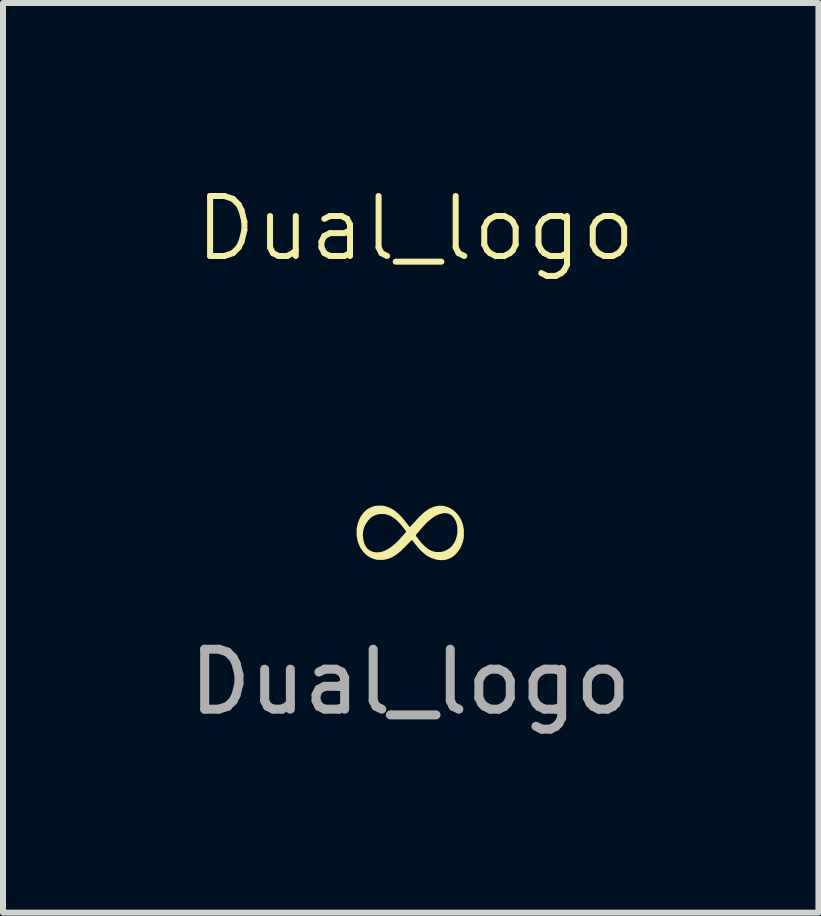
<source format=kicad_pcb>
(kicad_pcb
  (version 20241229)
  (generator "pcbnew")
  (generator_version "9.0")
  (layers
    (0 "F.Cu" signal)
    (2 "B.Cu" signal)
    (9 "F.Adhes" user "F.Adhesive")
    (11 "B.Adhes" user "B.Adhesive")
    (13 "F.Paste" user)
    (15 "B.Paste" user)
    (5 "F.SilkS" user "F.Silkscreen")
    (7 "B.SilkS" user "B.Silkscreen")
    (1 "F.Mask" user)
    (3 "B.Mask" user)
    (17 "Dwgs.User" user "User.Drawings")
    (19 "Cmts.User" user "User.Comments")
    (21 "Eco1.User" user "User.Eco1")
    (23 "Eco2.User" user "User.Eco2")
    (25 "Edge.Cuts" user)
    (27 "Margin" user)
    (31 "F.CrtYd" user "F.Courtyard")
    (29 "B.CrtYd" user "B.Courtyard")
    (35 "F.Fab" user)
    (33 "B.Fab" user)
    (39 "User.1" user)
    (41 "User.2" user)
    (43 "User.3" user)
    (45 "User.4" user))
  (footprint "Dual_logo"
    (layer "F.Cu")
    (at 3.792 5.821)
    (property "Reference" "Dual_logo" (at 0.09 -5.06 0) (unlocked yes) (layer "F.SilkS") (effects (font (size 1 1) (thickness 0.1))))
    (attr smd)
    (fp_poly (pts (xy -0.491 -0.44) (xy -0.476 -0.439) (xy -0.463 -0.438) (xy -0.451 -0.437) (xy -0.441 -0.436) (xy -0.433 -0.434) (xy -0.431 -0.434) (xy -0.425 -0.431) (xy -0.417 -0.429) (xy -0.411 -0.428) (xy -0.405 -0.427) (xy -0.398 -0.425) (xy -0.394 -0.424) (xy -0.389 -0.421) (xy -0.383 -0.419) (xy -0.381 -0.419) (xy -0.375 -0.417) (xy -0.369 -0.415) (xy -0.368 -0.414) (xy -0.363 -0.411) (xy -0.356 -0.409) (xy -0.355 -0.409) (xy -0.35 -0.408) (xy -0.346 -0.405) (xy -0.345 -0.405) (xy -0.341 -0.402) (xy -0.336 -0.4) (xy -0.335 -0.4) (xy -0.329 -0.397) (xy -0.324 -0.394) (xy -0.324 -0.394) (xy -0.32 -0.391) (xy -0.317 -0.39) (xy -0.316 -0.39) (xy -0.313 -0.389) (xy -0.309 -0.386) (xy -0.307 -0.385) (xy -0.303 -0.382) (xy -0.299 -0.38) (xy -0.298 -0.38) (xy -0.295 -0.379) (xy -0.292 -0.376) (xy -0.289 -0.373) (xy -0.285 -0.371) (xy -0.28 -0.369) (xy -0.277 -0.366) (xy -0.273 -0.363) (xy -0.268 -0.361) (xy -0.268 -0.361) (xy -0.265 -0.359) (xy -0.263 -0.357) (xy -0.263 -0.357) (xy -0.261 -0.355) (xy -0.258 -0.352) (xy -0.257 -0.352) (xy -0.25 -0.348) (xy -0.243 -0.342) (xy -0.236 -0.336) (xy -0.233 -0.333) (xy -0.23 -0.331) (xy -0.23 -0.331) (xy -0.228 -0.33) (xy -0.225 -0.327) (xy -0.224 -0.327) (xy -0.221 -0.324) (xy -0.218 -0.321) (xy -0.215 -0.318) (xy -0.21 -0.314) (xy -0.204 -0.309) (xy -0.197 -0.303) (xy -0.188 -0.294) (xy -0.179 -0.285) (xy -0.169 -0.276) (xy -0.16 -0.266) (xy -0.158 -0.263) (xy -0.152 -0.257) (xy -0.147 -0.252) (xy -0.143 -0.248) (xy -0.141 -0.246) (xy -0.139 -0.243) (xy -0.137 -0.24) (xy -0.137 -0.24) (xy -0.136 -0.238) (xy -0.133 -0.235) (xy -0.13 -0.232) (xy -0.128 -0.229) (xy -0.126 -0.227) (xy -0.125 -0.226) (xy -0.122 -0.225) (xy -0.12 -0.222) (xy -0.118 -0.218) (xy -0.114 -0.214) (xy -0.114 -0.214) (xy -0.11 -0.21) (xy -0.106 -0.205) (xy -0.105 -0.204) (xy -0.101 -0.199) (xy -0.097 -0.194) (xy -0.095 -0.191) (xy -0.091 -0.187) (xy -0.089 -0.183) (xy -0.089 -0.181) (xy -0.087 -0.179) (xy -0.085 -0.178) (xy -0.082 -0.176) (xy -0.081 -0.174) (xy -0.079 -0.17) (xy -0.076 -0.166) (xy -0.075 -0.165) (xy -0.07 -0.159) (xy -0.066 -0.155) (xy -0.064 -0.152) (xy -0.061 -0.149) (xy -0.06 -0.147) (xy -0.058 -0.143) (xy -0.056 -0.141) (xy -0.055 -0.141) (xy -0.053 -0.139) (xy -0.051 -0.136) (xy -0.049 -0.131) (xy -0.046 -0.128) (xy -0.043 -0.125) (xy -0.042 -0.123) (xy -0.041 -0.12) (xy -0.039 -0.119) (xy -0.036 -0.116) (xy -0.033 -0.112) (xy -0.032 -0.112) (xy -0.026 -0.103) (xy -0.021 -0.096) (xy -0.017 -0.091) (xy -0.014 -0.088) (xy -0.013 -0.085) (xy -0.012 -0.083) (xy -0.01 -0.082) (xy -0.007 -0.084) (xy -0.003 -0.087) (xy 0.003 -0.093) (xy 0.007 -0.097) (xy 0.013 -0.104) (xy 0.02 -0.112) (xy 0.026 -0.118) (xy 0.03 -0.122) (xy 0.035 -0.127) (xy 0.038 -0.131) (xy 0.041 -0.134) (xy 0.041 -0.135) (xy 0.043 -0.137) (xy 0.045 -0.138) (xy 0.048 -0.14) (xy 0.05 -0.143) (xy 0.052 -0.147) (xy 0.054 -0.148) (xy 0.057 -0.15) (xy 0.059 -0.154) (xy 0.059 -0.154) (xy 0.062 -0.157) (xy 0.064 -0.159) (xy 0.064 -0.159) (xy 0.067 -0.16) (xy 0.067 -0.161) (xy 0.068 -0.163) (xy 0.071 -0.166) (xy 0.073 -0.168) (xy 0.076 -0.172) (xy 0.079 -0.175) (xy 0.082 -0.179) (xy 0.086 -0.183) (xy 0.091 -0.189) (xy 0.098 -0.196) (xy 0.098 -0.197) (xy 0.104 -0.204) (xy 0.111 -0.211) (xy 0.116 -0.217) (xy 0.12 -0.22) (xy 0.124 -0.225) (xy 0.128 -0.229) (xy 0.13 -0.231) (xy 0.13 -0.231) (xy 0.131 -0.232) (xy 0.132 -0.234) (xy 0.134 -0.236) (xy 0.137 -0.238) (xy 0.14 -0.242) (xy 0.145 -0.247) (xy 0.152 -0.253) (xy 0.16 -0.262) (xy 0.163 -0.265) (xy 0.176 -0.277) (xy 0.186 -0.287) (xy 0.195 -0.296) (xy 0.203 -0.303) (xy 0.21 -0.31) (xy 0.218 -0.316) (xy 0.226 -0.323) (xy 0.233 -0.328) (xy 0.238 -0.332) (xy 0.242 -0.337) (xy 0.242 -0.337) (xy 0.246 -0.34) (xy 0.248 -0.341) (xy 0.249 -0.341) (xy 0.251 -0.343) (xy 0.253 -0.344) (xy 0.256 -0.347) (xy 0.26 -0.35) (xy 0.261 -0.351) (xy 0.266 -0.354) (xy 0.27 -0.357) (xy 0.271 -0.357) (xy 0.274 -0.36) (xy 0.277 -0.361) (xy 0.277 -0.361) (xy 0.281 -0.363) (xy 0.282 -0.365) (xy 0.285 -0.368) (xy 0.29 -0.37) (xy 0.291 -0.371) (xy 0.295 -0.373) (xy 0.298 -0.375) (xy 0.298 -0.376) (xy 0.3 -0.378) (xy 0.304 -0.379) (xy 0.305 -0.38) (xy 0.31 -0.382) (xy 0.314 -0.385) (xy 0.315 -0.385) (xy 0.318 -0.387) (xy 0.323 -0.39) (xy 0.324 -0.39) (xy 0.329 -0.391) (xy 0.332 -0.393) (xy 0.332 -0.394) (xy 0.334 -0.396) (xy 0.338 -0.398) (xy 0.341 -0.399) (xy 0.347 -0.401) (xy 0.352 -0.404) (xy 0.354 -0.405) (xy 0.359 -0.407) (xy 0.364 -0.409) (xy 0.365 -0.409) (xy 0.37 -0.411) (xy 0.375 -0.414) (xy 0.375 -0.414) (xy 0.38 -0.416) (xy 0.386 -0.418) (xy 0.39 -0.419) (xy 0.397 -0.42) (xy 0.402 -0.422) (xy 0.405 -0.424) (xy 0.409 -0.426) (xy 0.417 -0.427) (xy 0.425 -0.428) (xy 0.432 -0.429) (xy 0.438 -0.43) (xy 0.442 -0.431) (xy 0.442 -0.432) (xy 0.447 -0.433) (xy 0.454 -0.435) (xy 0.463 -0.436) (xy 0.474 -0.437) (xy 0.486 -0.438) (xy 0.499 -0.438) (xy 0.512 -0.438) (xy 0.524 -0.438) (xy 0.536 -0.437) (xy 0.546 -0.436) (xy 0.554 -0.434) (xy 0.559 -0.433) (xy 0.564 -0.431) (xy 0.57 -0.43) (xy 0.577 -0.429) (xy 0.58 -0.428) (xy 0.589 -0.427) (xy 0.596 -0.425) (xy 0.599 -0.424) (xy 0.603 -0.422) (xy 0.609 -0.42) (xy 0.614 -0.419) (xy 0.62 -0.417) (xy 0.626 -0.415) (xy 0.628 -0.414) (xy 0.632 -0.411) (xy 0.637 -0.409) (xy 0.639 -0.409) (xy 0.645 -0.407) (xy 0.649 -0.405) (xy 0.65 -0.404) (xy 0.655 -0.401) (xy 0.66 -0.399) (xy 0.665 -0.397) (xy 0.669 -0.394) (xy 0.673 -0.391) (xy 0.676 -0.39) (xy 0.676 -0.39) (xy 0.679 -0.389) (xy 0.683 -0.386) (xy 0.684 -0.386) (xy 0.689 -0.382) (xy 0.694 -0.38) (xy 0.694 -0.38) (xy 0.698 -0.378) (xy 0.7 -0.375) (xy 0.7 -0.375) (xy 0.702 -0.372) (xy 0.706 -0.37) (xy 0.714 -0.366) (xy 0.723 -0.359) (xy 0.734 -0.349) (xy 0.743 -0.341) (xy 0.748 -0.336) (xy 0.752 -0.333) (xy 0.754 -0.331) (xy 0.755 -0.331) (xy 0.757 -0.33) (xy 0.758 -0.328) (xy 0.759 -0.326) (xy 0.763 -0.322) (xy 0.767 -0.317) (xy 0.769 -0.315) (xy 0.778 -0.305) (xy 0.787 -0.296) (xy 0.794 -0.288) (xy 0.798 -0.281) (xy 0.801 -0.277) (xy 0.803 -0.274) (xy 0.804 -0.274) (xy 0.806 -0.272) (xy 0.807 -0.27) (xy 0.808 -0.267) (xy 0.811 -0.264) (xy 0.811 -0.264) (xy 0.814 -0.26) (xy 0.817 -0.255) (xy 0.817 -0.255) (xy 0.82 -0.25) (xy 0.823 -0.246) (xy 0.823 -0.246) (xy 0.826 -0.242) (xy 0.827 -0.24) (xy 0.828 -0.236) (xy 0.831 -0.233) (xy 0.831 -0.233) (xy 0.834 -0.228) (xy 0.836 -0.224) (xy 0.838 -0.218) (xy 0.841 -0.214) (xy 0.844 -0.209) (xy 0.846 -0.204) (xy 0.848 -0.199) (xy 0.851 -0.194) (xy 0.854 -0.189) (xy 0.856 -0.183) (xy 0.856 -0.182) (xy 0.857 -0.177) (xy 0.858 -0.174) (xy 0.858 -0.174) (xy 0.86 -0.172) (xy 0.862 -0.169) (xy 0.864 -0.163) (xy 0.866 -0.157) (xy 0.866 -0.155) (xy 0.867 -0.151) (xy 0.868 -0.148) (xy 0.868 -0.147) (xy 0.87 -0.146) (xy 0.872 -0.141) (xy 0.874 -0.135) (xy 0.875 -0.129) (xy 0.876 -0.122) (xy 0.878 -0.116) (xy 0.879 -0.113) (xy 0.881 -0.108) (xy 0.883 -0.1) (xy 0.884 -0.091) (xy 0.884 -0.088) (xy 0.886 -0.079) (xy 0.887 -0.07) (xy 0.889 -0.063) (xy 0.89 -0.059) (xy 0.891 -0.057) (xy 0.891 -0.054) (xy 0.892 -0.05) (xy 0.892 -0.046) (xy 0.892 -0.04) (xy 0.893 -0.033) (xy 0.893 -0.023) (xy 0.893 -0.012) (xy 0.893 0.002) (xy 0.893 0.019) (xy 0.893 0.022) (xy 0.893 0.039) (xy 0.893 0.054) (xy 0.893 0.065) (xy 0.893 0.075) (xy 0.892 0.082) (xy 0.892 0.088) (xy 0.892 0.093) (xy 0.891 0.096) (xy 0.891 0.099) (xy 0.89 0.102) (xy 0.889 0.105) (xy 0.887 0.113) (xy 0.886 0.122) (xy 0.885 0.13) (xy 0.883 0.139) (xy 0.881 0.148) (xy 0.88 0.152) (xy 0.877 0.159) (xy 0.875 0.167) (xy 0.875 0.171) (xy 0.873 0.177) (xy 0.872 0.182) (xy 0.87 0.185) (xy 0.868 0.188) (xy 0.866 0.194) (xy 0.865 0.198) (xy 0.864 0.204) (xy 0.862 0.209) (xy 0.86 0.211) (xy 0.858 0.215) (xy 0.856 0.221) (xy 0.855 0.224) (xy 0.854 0.229) (xy 0.852 0.233) (xy 0.851 0.234) (xy 0.849 0.236) (xy 0.847 0.24) (xy 0.846 0.244) (xy 0.844 0.249) (xy 0.842 0.253) (xy 0.841 0.254) (xy 0.839 0.256) (xy 0.837 0.26) (xy 0.837 0.262) (xy 0.835 0.267) (xy 0.832 0.272) (xy 0.831 0.272) (xy 0.828 0.277) (xy 0.826 0.281) (xy 0.824 0.286) (xy 0.822 0.288) (xy 0.819 0.291) (xy 0.817 0.296) (xy 0.816 0.297) (xy 0.814 0.301) (xy 0.812 0.303) (xy 0.812 0.303) (xy 0.81 0.304) (xy 0.808 0.308) (xy 0.807 0.311) (xy 0.805 0.315) (xy 0.802 0.318) (xy 0.802 0.318) (xy 0.8 0.319) (xy 0.798 0.323) (xy 0.797 0.324) (xy 0.795 0.328) (xy 0.792 0.33) (xy 0.792 0.331) (xy 0.789 0.333) (xy 0.788 0.335) (xy 0.787 0.338) (xy 0.784 0.341) (xy 0.781 0.344) (xy 0.779 0.346) (xy 0.778 0.349) (xy 0.774 0.353) (xy 0.769 0.358) (xy 0.763 0.364) (xy 0.757 0.371) (xy 0.75 0.378) (xy 0.744 0.384) (xy 0.738 0.389) (xy 0.735 0.392) (xy 0.73 0.395) (xy 0.727 0.398) (xy 0.725 0.398) (xy 0.723 0.4) (xy 0.721 0.403) (xy 0.718 0.406) (xy 0.715 0.407) (xy 0.713 0.408) (xy 0.709 0.411) (xy 0.709 0.411) (xy 0.705 0.415) (xy 0.701 0.417) (xy 0.696 0.42) (xy 0.692 0.423) (xy 0.688 0.426) (xy 0.685 0.427) (xy 0.685 0.427) (xy 0.681 0.428) (xy 0.679 0.43) (xy 0.675 0.433) (xy 0.67 0.435) (xy 0.669 0.436) (xy 0.663 0.438) (xy 0.658 0.441) (xy 0.657 0.441) (xy 0.653 0.444) (xy 0.647 0.446) (xy 0.646 0.446) (xy 0.64 0.447) (xy 0.635 0.45) (xy 0.635 0.45) (xy 0.63 0.452) (xy 0.625 0.454) (xy 0.619 0.455) (xy 0.612 0.457) (xy 0.605 0.459) (xy 0.601 0.461) (xy 0.596 0.462) (xy 0.59 0.464) (xy 0.58 0.465) (xy 0.573 0.466) (xy 0.564 0.466) (xy 0.556 0.467) (xy 0.549 0.468) (xy 0.545 0.469) (xy 0.54 0.469) (xy 0.532 0.47) (xy 0.523 0.47) (xy 0.514 0.47) (xy 0.505 0.47) (xy 0.498 0.469) (xy 0.496 0.469) (xy 0.492 0.468) (xy 0.485 0.467) (xy 0.477 0.466) (xy 0.468 0.466) (xy 0.465 0.465) (xy 0.454 0.464) (xy 0.446 0.463) (xy 0.44 0.462) (xy 0.435 0.461) (xy 0.434 0.46) (xy 0.429 0.458) (xy 0.422 0.457) (xy 0.415 0.455) (xy 0.408 0.454) (xy 0.402 0.452) (xy 0.397 0.451) (xy 0.392 0.448) (xy 0.385 0.446) (xy 0.381 0.445) (xy 0.375 0.444) (xy 0.37 0.442) (xy 0.368 0.44) (xy 0.364 0.438) (xy 0.358 0.437) (xy 0.357 0.436) (xy 0.352 0.435) (xy 0.346 0.432) (xy 0.346 0.432) (xy 0.341 0.429) (xy 0.336 0.427) (xy 0.333 0.426) (xy 0.328 0.424) (xy 0.324 0.422) (xy 0.324 0.421) (xy 0.321 0.419) (xy 0.317 0.417) (xy 0.316 0.417) (xy 0.31 0.414) (xy 0.305 0.411) (xy 0.304 0.411) (xy 0.3 0.408) (xy 0.297 0.407) (xy 0.297 0.407) (xy 0.294 0.406) (xy 0.291 0.403) (xy 0.291 0.403) (xy 0.286 0.4) (xy 0.282 0.398) (xy 0.278 0.396) (xy 0.275 0.393) (xy 0.271 0.39) (xy 0.267 0.388) (xy 0.266 0.388) (xy 0.263 0.386) (xy 0.261 0.384) (xy 0.261 0.383) (xy 0.26 0.382) (xy 0.256 0.379) (xy 0.256 0.379) (xy 0.249 0.375) (xy 0.241 0.369) (xy 0.234 0.362) (xy 0.231 0.36) (xy 0.228 0.358) (xy 0.228 0.358) (xy 0.226 0.357) (xy 0.223 0.354) (xy 0.22 0.351) (xy 0.217 0.349) (xy 0.214 0.346) (xy 0.213 0.344) (xy 0.212 0.342) (xy 0.211 0.342) (xy 0.209 0.34) (xy 0.205 0.337) (xy 0.199 0.332) (xy 0.192 0.326) (xy 0.185 0.319) (xy 0.177 0.311) (xy 0.17 0.304) (xy 0.162 0.296) (xy 0.156 0.289) (xy 0.151 0.284) (xy 0.147 0.279) (xy 0.146 0.277) (xy 0.146 0.276) (xy 0.144 0.274) (xy 0.141 0.273) (xy 0.138 0.27) (xy 0.136 0.267) (xy 0.134 0.264) (xy 0.132 0.262) (xy 0.129 0.26) (xy 0.128 0.258) (xy 0.126 0.255) (xy 0.123 0.251) (xy 0.122 0.251) (xy 0.118 0.246) (xy 0.114 0.241) (xy 0.113 0.241) (xy 0.109 0.236) (xy 0.105 0.231) (xy 0.103 0.228) (xy 0.1 0.224) (xy 0.097 0.221) (xy 0.097 0.22) (xy 0.096 0.217) (xy 0.093 0.215) (xy 0.089 0.212) (xy 0.088 0.208) (xy 0.086 0.205) (xy 0.084 0.204) (xy 0.082 0.203) (xy 0.079 0.2) (xy 0.079 0.199) (xy 0.076 0.195) (xy 0.072 0.189) (xy 0.068 0.183) (xy 0.067 0.183) (xy 0.063 0.177) (xy 0.06 0.173) (xy 0.059 0.17) (xy 0.059 0.17) (xy 0.057 0.168) (xy 0.055 0.167) (xy 0.052 0.164) (xy 0.05 0.161) (xy 0.048 0.157) (xy 0.045 0.155) (xy 0.042 0.153) (xy 0.041 0.151) (xy 0.039 0.148) (xy 0.036 0.144) (xy 0.034 0.141) (xy 0.03 0.137) (xy 0.028 0.136) (xy 0.025 0.136) (xy 0.022 0.137) (xy 0.018 0.139) (xy 0.016 0.142) (xy 0.016 0.142) (xy 0.014 0.146) (xy 0.012 0.147) (xy 0.009 0.149) (xy 0.007 0.151) (xy 0.005 0.154) (xy 0.003 0.156) (xy -0.001 0.159) (xy -0.004 0.162) (xy -0.004 0.163) (xy -0.006 0.166) (xy -0.009 0.167) (xy -0.009 0.167) (xy -0.011 0.169) (xy -0.012 0.169) (xy -0.013 0.172) (xy -0.016 0.175) (xy -0.02 0.18) (xy -0.021 0.181) (xy -0.024 0.185) (xy -0.03 0.19) (xy -0.037 0.197) (xy -0.045 0.206) (xy -0.055 0.215) (xy -0.065 0.225) (xy -0.075 0.236) (xy -0.086 0.246) (xy -0.096 0.257) (xy -0.106 0.267) (xy -0.116 0.276) (xy -0.125 0.285) (xy -0.132 0.292) (xy -0.138 0.298) (xy -0.142 0.302) (xy -0.144 0.304) (xy -0.144 0.304) (xy -0.148 0.307) (xy -0.152 0.311) (xy -0.156 0.316) (xy -0.16 0.319) (xy -0.163 0.321) (xy -0.163 0.321) (xy -0.165 0.323) (xy -0.167 0.326) (xy -0.169 0.329) (xy -0.171 0.33) (xy -0.174 0.331) (xy -0.177 0.334) (xy -0.177 0.334) (xy -0.187 0.343) (xy -0.198 0.352) (xy -0.201 0.354) (xy -0.206 0.358) (xy -0.212 0.362) (xy -0.213 0.363) (xy -0.217 0.367) (xy -0.222 0.369) (xy -0.222 0.369) (xy -0.225 0.371) (xy -0.226 0.373) (xy -0.227 0.375) (xy -0.23 0.377) (xy -0.235 0.379) (xy -0.239 0.382) (xy -0.241 0.383) (xy -0.245 0.386) (xy -0.248 0.388) (xy -0.249 0.388) (xy -0.252 0.39) (xy -0.255 0.392) (xy -0.259 0.396) (xy -0.262 0.398) (xy -0.267 0.4) (xy -0.271 0.403) (xy -0.276 0.406) (xy -0.28 0.407) (xy -0.285 0.409) (xy -0.288 0.412) (xy -0.292 0.414) (xy -0.297 0.416) (xy -0.298 0.417) (xy -0.303 0.419) (xy -0.307 0.421) (xy -0.307 0.422) (xy -0.311 0.424) (xy -0.316 0.426) (xy -0.317 0.426) (xy -0.322 0.428) (xy -0.327 0.431) (xy -0.328 0.431) (xy -0.332 0.434) (xy -0.338 0.436) (xy -0.339 0.436) (xy -0.345 0.438) (xy -0.35 0.44) (xy -0.351 0.44) (xy -0.355 0.443) (xy -0.36 0.444) (xy -0.364 0.445) (xy -0.371 0.447) (xy -0.377 0.449) (xy -0.38 0.45) (xy -0.385 0.452) (xy -0.393 0.454) (xy -0.401 0.455) (xy -0.408 0.456) (xy -0.414 0.458) (xy -0.419 0.459) (xy -0.42 0.46) (xy -0.424 0.461) (xy -0.43 0.463) (xy -0.437 0.464) (xy -0.446 0.464) (xy -0.458 0.465) (xy -0.472 0.465) (xy -0.489 0.465) (xy -0.506 0.465) (xy -0.521 0.465) (xy -0.533 0.465) (xy -0.542 0.464) (xy -0.55 0.464) (xy -0.555 0.464) (xy -0.559 0.463) (xy -0.563 0.463) (xy -0.565 0.462) (xy -0.568 0.461) (xy -0.568 0.461) (xy -0.574 0.459) (xy -0.582 0.457) (xy -0.589 0.456) (xy -0.596 0.454) (xy -0.602 0.452) (xy -0.607 0.451) (xy -0.612 0.448) (xy -0.618 0.446) (xy -0.622 0.445) (xy -0.628 0.444) (xy -0.633 0.442) (xy -0.635 0.44) (xy -0.639 0.438) (xy -0.644 0.436) (xy -0.645 0.436) (xy -0.65 0.435) (xy -0.654 0.432) (xy -0.654 0.432) (xy -0.658 0.429) (xy -0.663 0.427) (xy -0.664 0.427) (xy -0.67 0.425) (xy -0.675 0.421) (xy -0.675 0.421) (xy -0.679 0.418) (xy -0.683 0.417) (xy -0.683 0.417) (xy -0.686 0.416) (xy -0.69 0.413) (xy -0.691 0.412) (xy -0.695 0.409) (xy -0.698 0.407) (xy -0.699 0.407) (xy -0.701 0.406) (xy -0.704 0.403) (xy -0.705 0.403) (xy -0.708 0.4) (xy -0.711 0.398) (xy -0.711 0.398) (xy -0.714 0.397) (xy -0.717 0.395) (xy -0.718 0.393) (xy -0.723 0.39) (xy -0.727 0.387) (xy -0.728 0.387) (xy -0.731 0.385) (xy -0.731 0.382) (xy -0.733 0.38) (xy -0.736 0.378) (xy -0.736 0.378) (xy -0.74 0.376) (xy -0.742 0.373) (xy -0.745 0.37) (xy -0.747 0.369) (xy -0.75 0.367) (xy -0.752 0.364) (xy -0.754 0.361) (xy -0.755 0.36) (xy -0.757 0.359) (xy -0.761 0.356) (xy -0.764 0.352) (xy -0.768 0.348) (xy -0.771 0.345) (xy -0.772 0.343) (xy -0.773 0.342) (xy -0.776 0.34) (xy -0.779 0.338) (xy -0.78 0.336) (xy -0.781 0.334) (xy -0.784 0.33) (xy -0.784 0.33) (xy -0.79 0.324) (xy -0.794 0.319) (xy -0.797 0.317) (xy -0.798 0.315) (xy -0.798 0.314) (xy -0.798 0.314) (xy -0.799 0.312) (xy -0.802 0.309) (xy -0.803 0.307) (xy -0.807 0.303) (xy -0.809 0.298) (xy -0.809 0.297) (xy -0.812 0.293) (xy -0.814 0.291) (xy -0.817 0.288) (xy -0.818 0.286) (xy -0.819 0.283) (xy -0.822 0.279) (xy -0.824 0.277) (xy -0.826 0.273) (xy -0.828 0.269) (xy -0.829 0.268) (xy -0.83 0.264) (xy -0.833 0.261) (xy -0.833 0.261) (xy -0.836 0.257) (xy -0.838 0.252) (xy -0.84 0.246) (xy -0.843 0.242) (xy -0.846 0.238) (xy -0.848 0.232) (xy -0.848 0.232) (xy -0.849 0.226) (xy -0.852 0.222) (xy -0.852 0.222) (xy -0.855 0.218) (xy -0.857 0.212) (xy -0.857 0.21) (xy -0.859 0.204) (xy -0.861 0.2) (xy -0.862 0.198) (xy -0.864 0.195) (xy -0.866 0.189) (xy -0.867 0.186) (xy -0.868 0.179) (xy -0.871 0.173) (xy -0.872 0.171) (xy -0.874 0.166) (xy -0.876 0.16) (xy -0.877 0.153) (xy -0.878 0.146) (xy -0.88 0.141) (xy -0.881 0.137) (xy -0.883 0.133) (xy -0.884 0.126) (xy -0.886 0.117) (xy -0.886 0.112) (xy -0.887 0.104) (xy -0.888 0.097) (xy -0.89 0.092) (xy -0.89 0.089) (xy -0.892 0.084) (xy -0.893 0.077) (xy -0.894 0.067) (xy -0.895 0.053) (xy -0.895 0.041) (xy -0.791 0.041) (xy -0.791 0.064) (xy -0.789 0.076) (xy -0.788 0.084) (xy -0.787 0.094) (xy -0.786 0.105) (xy -0.785 0.112) (xy -0.783 0.125) (xy -0.782 0.134) (xy -0.78 0.139) (xy -0.778 0.144) (xy -0.776 0.151) (xy -0.775 0.158) (xy -0.775 0.158) (xy -0.773 0.166) (xy -0.771 0.172) (xy -0.77 0.176) (xy -0.768 0.18) (xy -0.766 0.186) (xy -0.766 0.188) (xy -0.764 0.195) (xy -0.762 0.201) (xy -0.761 0.203) (xy -0.758 0.208) (xy -0.756 0.214) (xy -0.756 0.214) (xy -0.754 0.22) (xy -0.751 0.225) (xy -0.75 0.225) (xy -0.748 0.229) (xy -0.747 0.232) (xy -0.747 0.233) (xy -0.745 0.236) (xy -0.743 0.24) (xy -0.742 0.24) (xy -0.739 0.245) (xy -0.736 0.251) (xy -0.734 0.254) (xy -0.732 0.256) (xy -0.732 0.256) (xy -0.73 0.258) (xy -0.728 0.261) (xy -0.726 0.264) (xy -0.722 0.268) (xy -0.718 0.273) (xy -0.713 0.278) (xy -0.708 0.283) (xy -0.704 0.286) (xy -0.702 0.288) (xy -0.701 0.288) (xy -0.7 0.289) (xy -0.699 0.291) (xy -0.696 0.294) (xy -0.694 0.296) (xy -0.69 0.298) (xy -0.687 0.3) (xy -0.685 0.302) (xy -0.68 0.305) (xy -0.679 0.305) (xy -0.674 0.308) (xy -0.671 0.311) (xy -0.67 0.311) (xy -0.667 0.314) (xy -0.662 0.315) (xy -0.662 0.315) (xy -0.657 0.317) (xy -0.652 0.319) (xy -0.652 0.32) (xy -0.648 0.322) (xy -0.643 0.324) (xy -0.639 0.325) (xy -0.633 0.326) (xy -0.627 0.329) (xy -0.625 0.33) (xy -0.62 0.332) (xy -0.611 0.333) (xy -0.601 0.335) (xy -0.593 0.336) (xy -0.586 0.337) (xy -0.579 0.338) (xy -0.577 0.338) (xy -0.571 0.339) (xy -0.562 0.339) (xy -0.553 0.34) (xy -0.543 0.34) (xy -0.534 0.339) (xy -0.527 0.338) (xy -0.526 0.338) (xy -0.521 0.337) (xy -0.514 0.336) (xy -0.505 0.335) (xy -0.5 0.335) (xy -0.489 0.333) (xy -0.481 0.332) (xy -0.476 0.33) (xy -0.472 0.328) (xy -0.466 0.326) (xy -0.459 0.325) (xy -0.452 0.323) (xy -0.447 0.321) (xy -0.444 0.32) (xy -0.441 0.317) (xy -0.435 0.316) (xy -0.434 0.315) (xy -0.428 0.314) (xy -0.423 0.311) (xy -0.422 0.31) (xy -0.417 0.307) (xy -0.412 0.306) (xy -0.411 0.306) (xy -0.406 0.304) (xy -0.403 0.301) (xy -0.402 0.301) (xy -0.399 0.299) (xy -0.394 0.296) (xy -0.394 0.296) (xy -0.388 0.294) (xy -0.383 0.291) (xy -0.383 0.29) (xy -0.378 0.287) (xy -0.373 0.285) (xy -0.369 0.284) (xy -0.367 0.281) (xy -0.364 0.279) (xy -0.36 0.276) (xy -0.359 0.276) (xy -0.355 0.275) (xy -0.353 0.273) (xy -0.353 0.273) (xy -0.352 0.271) (xy -0.348 0.269) (xy -0.346 0.268) (xy -0.342 0.265) (xy -0.338 0.263) (xy -0.338 0.262) (xy -0.335 0.26) (xy -0.331 0.257) (xy -0.331 0.257) (xy -0.327 0.255) (xy -0.325 0.253) (xy -0.325 0.253) (xy -0.323 0.251) (xy -0.32 0.249) (xy -0.319 0.248) (xy -0.314 0.245) (xy -0.31 0.242) (xy -0.306 0.239) (xy -0.302 0.237) (xy -0.299 0.235) (xy -0.298 0.233) (xy -0.297 0.231) (xy -0.293 0.229) (xy -0.293 0.229) (xy -0.289 0.227) (xy -0.287 0.224) (xy -0.287 0.224) (xy -0.285 0.221) (xy -0.284 0.221) (xy -0.282 0.22) (xy -0.279 0.217) (xy -0.278 0.216) (xy -0.274 0.213) (xy -0.268 0.208) (xy -0.264 0.205) (xy -0.259 0.201) (xy -0.254 0.196) (xy -0.251 0.193) (xy -0.247 0.19) (xy -0.244 0.188) (xy -0.243 0.188) (xy -0.241 0.186) (xy -0.241 0.184) (xy -0.238 0.181) (xy -0.235 0.179) (xy -0.232 0.177) (xy -0.231 0.175) (xy -0.23 0.173) (xy -0.226 0.17) (xy -0.226 0.17) (xy -0.223 0.168) (xy -0.221 0.165) (xy -0.221 0.165) (xy -0.22 0.162) (xy -0.217 0.161) (xy -0.213 0.158) (xy -0.211 0.155) (xy -0.209 0.151) (xy -0.206 0.15) (xy -0.203 0.148) (xy -0.201 0.145) (xy -0.199 0.141) (xy -0.196 0.14) (xy -0.193 0.138) (xy -0.193 0.137) (xy -0.191 0.135) (xy -0.188 0.132) (xy -0.184 0.127) (xy -0.183 0.126) (xy -0.179 0.122) (xy -0.175 0.118) (xy -0.173 0.115) (xy -0.173 0.115) (xy -0.171 0.113) (xy -0.168 0.108) (xy -0.163 0.103) (xy -0.157 0.096) (xy -0.15 0.088) (xy -0.143 0.081) (xy -0.137 0.074) (xy -0.131 0.068) (xy -0.128 0.065) (xy -0.125 0.062) (xy -0.123 0.058) (xy -0.123 0.058) (xy -0.121 0.055) (xy -0.12 0.055) (xy 0.092 0.055) (xy 0.093 0.061) (xy 0.097 0.069) (xy 0.099 0.071) (xy 0.102 0.075) (xy 0.103 0.079) (xy 0.104 0.08) (xy 0.105 0.082) (xy 0.107 0.083) (xy 0.11 0.085) (xy 0.113 0.089) (xy 0.113 0.09) (xy 0.115 0.093) (xy 0.117 0.095) (xy 0.117 0.095) (xy 0.119 0.097) (xy 0.121 0.1) (xy 0.121 0.1) (xy 0.124 0.105) (xy 0.128 0.11) (xy 0.131 0.113) (xy 0.132 0.115) (xy 0.132 0.116) (xy 0.133 0.118) (xy 0.136 0.121) (xy 0.137 0.122) (xy 0.139 0.125) (xy 0.142 0.127) (xy 0.144 0.131) (xy 0.148 0.135) (xy 0.153 0.142) (xy 0.156 0.145) (xy 0.16 0.15) (xy 0.164 0.155) (xy 0.166 0.157) (xy 0.169 0.161) (xy 0.171 0.165) (xy 0.174 0.169) (xy 0.176 0.17) (xy 0.179 0.172) (xy 0.18 0.175) (xy 0.182 0.179) (xy 0.185 0.181) (xy 0.188 0.183) (xy 0.189 0.184) (xy 0.19 0.186) (xy 0.193 0.189) (xy 0.198 0.194) (xy 0.204 0.201) (xy 0.211 0.207) (xy 0.218 0.214) (xy 0.225 0.221) (xy 0.231 0.228) (xy 0.237 0.233) (xy 0.241 0.237) (xy 0.244 0.239) (xy 0.244 0.239) (xy 0.246 0.241) (xy 0.247 0.244) (xy 0.249 0.247) (xy 0.251 0.248) (xy 0.254 0.249) (xy 0.257 0.252) (xy 0.258 0.252) (xy 0.265 0.259) (xy 0.271 0.264) (xy 0.275 0.267) (xy 0.276 0.267) (xy 0.281 0.27) (xy 0.285 0.273) (xy 0.291 0.279) (xy 0.296 0.283) (xy 0.299 0.285) (xy 0.301 0.286) (xy 0.302 0.286) (xy 0.305 0.287) (xy 0.308 0.29) (xy 0.309 0.29) (xy 0.314 0.294) (xy 0.319 0.296) (xy 0.319 0.296) (xy 0.324 0.298) (xy 0.328 0.301) (xy 0.332 0.304) (xy 0.337 0.305) (xy 0.343 0.307) (xy 0.347 0.31) (xy 0.352 0.313) (xy 0.358 0.315) (xy 0.36 0.315) (xy 0.365 0.317) (xy 0.371 0.319) (xy 0.372 0.32) (xy 0.377 0.322) (xy 0.384 0.324) (xy 0.389 0.325) (xy 0.396 0.326) (xy 0.403 0.328) (xy 0.409 0.329) (xy 0.413 0.331) (xy 0.418 0.332) (xy 0.424 0.333) (xy 0.431 0.334) (xy 0.44 0.334) (xy 0.45 0.334) (xy 0.463 0.334) (xy 0.474 0.334) (xy 0.488 0.334) (xy 0.498 0.334) (xy 0.506 0.333) (xy 0.512 0.333) (xy 0.516 0.332) (xy 0.52 0.332) (xy 0.523 0.331) (xy 0.525 0.33) (xy 0.532 0.328) (xy 0.54 0.326) (xy 0.546 0.325) (xy 0.552 0.324) (xy 0.558 0.322) (xy 0.561 0.321) (xy 0.561 0.321) (xy 0.564 0.319) (xy 0.569 0.317) (xy 0.574 0.315) (xy 0.58 0.314) (xy 0.585 0.311) (xy 0.588 0.31) (xy 0.592 0.307) (xy 0.597 0.306) (xy 0.598 0.305) (xy 0.603 0.304) (xy 0.608 0.301) (xy 0.608 0.3) (xy 0.611 0.297) (xy 0.614 0.296) (xy 0.617 0.295) (xy 0.621 0.293) (xy 0.623 0.291) (xy 0.628 0.288) (xy 0.631 0.287) (xy 0.632 0.286) (xy 0.635 0.285) (xy 0.638 0.283) (xy 0.639 0.282) (xy 0.644 0.277) (xy 0.65 0.273) (xy 0.655 0.269) (xy 0.658 0.267) (xy 0.66 0.266) (xy 0.662 0.265) (xy 0.665 0.262) (xy 0.666 0.261) (xy 0.669 0.258) (xy 0.672 0.256) (xy 0.672 0.256) (xy 0.674 0.255) (xy 0.675 0.253) (xy 0.678 0.249) (xy 0.68 0.248) (xy 0.683 0.245) (xy 0.687 0.241) (xy 0.687 0.241) (xy 0.689 0.238) (xy 0.692 0.236) (xy 0.692 0.236) (xy 0.694 0.235) (xy 0.695 0.234) (xy 0.696 0.231) (xy 0.699 0.226) (xy 0.704 0.22) (xy 0.71 0.212) (xy 0.712 0.21) (xy 0.715 0.207) (xy 0.716 0.204) (xy 0.716 0.203) (xy 0.718 0.201) (xy 0.72 0.199) (xy 0.722 0.197) (xy 0.724 0.192) (xy 0.725 0.192) (xy 0.727 0.187) (xy 0.731 0.182) (xy 0.733 0.179) (xy 0.735 0.175) (xy 0.735 0.175) (xy 0.736 0.171) (xy 0.738 0.167) (xy 0.74 0.165) (xy 0.743 0.16) (xy 0.745 0.156) (xy 0.745 0.155) (xy 0.746 0.151) (xy 0.748 0.147) (xy 0.749 0.146) (xy 0.752 0.142) (xy 0.753 0.139) (xy 0.753 0.139) (xy 0.754 0.134) (xy 0.755 0.129) (xy 0.758 0.124) (xy 0.759 0.122) (xy 0.761 0.119) (xy 0.762 0.114) (xy 0.763 0.109) (xy 0.765 0.102) (xy 0.767 0.096) (xy 0.768 0.092) (xy 0.771 0.087) (xy 0.773 0.079) (xy 0.773 0.073) (xy 0.775 0.066) (xy 0.776 0.058) (xy 0.778 0.053) (xy 0.778 0.052) (xy 0.78 0.047) (xy 0.781 0.039) (xy 0.782 0.028) (xy 0.783 0.016) (xy 0.784 0.002) (xy 0.784 -0.013) (xy 0.785 -0.029) (xy 0.784 -0.044) (xy 0.784 -0.059) (xy 0.784 -0.073) (xy 0.783 -0.086) (xy 0.782 -0.097) (xy 0.78 -0.106) (xy 0.779 -0.112) (xy 0.778 -0.113) (xy 0.776 -0.118) (xy 0.775 -0.125) (xy 0.773 -0.132) (xy 0.773 -0.133) (xy 0.772 -0.141) (xy 0.77 -0.148) (xy 0.768 -0.151) (xy 0.766 -0.156) (xy 0.764 -0.163) (xy 0.764 -0.164) (xy 0.762 -0.17) (xy 0.76 -0.176) (xy 0.759 -0.177) (xy 0.756 -0.183) (xy 0.753 -0.189) (xy 0.753 -0.19) (xy 0.751 -0.195) (xy 0.749 -0.199) (xy 0.748 -0.2) (xy 0.746 -0.203) (xy 0.745 -0.206) (xy 0.744 -0.209) (xy 0.741 -0.213) (xy 0.74 -0.215) (xy 0.737 -0.219) (xy 0.735 -0.223) (xy 0.735 -0.224) (xy 0.734 -0.226) (xy 0.731 -0.23) (xy 0.73 -0.23) (xy 0.727 -0.234) (xy 0.723 -0.239) (xy 0.718 -0.245) (xy 0.718 -0.246) (xy 0.707 -0.258) (xy 0.696 -0.269) (xy 0.691 -0.273) (xy 0.686 -0.277) (xy 0.68 -0.282) (xy 0.679 -0.283) (xy 0.675 -0.286) (xy 0.672 -0.288) (xy 0.672 -0.288) (xy 0.669 -0.289) (xy 0.665 -0.291) (xy 0.663 -0.292) (xy 0.658 -0.295) (xy 0.652 -0.298) (xy 0.651 -0.298) (xy 0.646 -0.3) (xy 0.641 -0.303) (xy 0.641 -0.303) (xy 0.637 -0.304) (xy 0.632 -0.306) (xy 0.625 -0.308) (xy 0.623 -0.308) (xy 0.616 -0.309) (xy 0.607 -0.311) (xy 0.601 -0.312) (xy 0.601 -0.312) (xy 0.591 -0.314) (xy 0.58 -0.315) (xy 0.568 -0.314) (xy 0.556 -0.313) (xy 0.554 -0.312) (xy 0.547 -0.311) (xy 0.538 -0.309) (xy 0.53 -0.308) (xy 0.527 -0.308) (xy 0.517 -0.306) (xy 0.509 -0.304) (xy 0.506 -0.303) (xy 0.501 -0.301) (xy 0.495 -0.299) (xy 0.49 -0.298) (xy 0.484 -0.297) (xy 0.48 -0.295) (xy 0.479 -0.294) (xy 0.476 -0.293) (xy 0.472 -0.291) (xy 0.467 -0.289) (xy 0.463 -0.288) (xy 0.462 -0.288) (xy 0.459 -0.287) (xy 0.455 -0.284) (xy 0.455 -0.284) (xy 0.45 -0.282) (xy 0.444 -0.279) (xy 0.442 -0.278) (xy 0.437 -0.276) (xy 0.432 -0.274) (xy 0.431 -0.273) (xy 0.427 -0.27) (xy 0.422 -0.269) (xy 0.417 -0.267) (xy 0.413 -0.263) (xy 0.41 -0.261) (xy 0.407 -0.259) (xy 0.407 -0.259) (xy 0.404 -0.258) (xy 0.4 -0.255) (xy 0.4 -0.255) (xy 0.396 -0.252) (xy 0.391 -0.249) (xy 0.386 -0.246) (xy 0.382 -0.243) (xy 0.379 -0.24) (xy 0.376 -0.239) (xy 0.376 -0.239) (xy 0.373 -0.238) (xy 0.371 -0.235) (xy 0.368 -0.232) (xy 0.366 -0.231) (xy 0.364 -0.23) (xy 0.36 -0.227) (xy 0.357 -0.225) (xy 0.352 -0.222) (xy 0.349 -0.22) (xy 0.347 -0.219) (xy 0.345 -0.218) (xy 0.345 -0.217) (xy 0.343 -0.214) (xy 0.34 -0.212) (xy 0.34 -0.212) (xy 0.336 -0.209) (xy 0.333 -0.206) (xy 0.331 -0.203) (xy 0.329 -0.202) (xy 0.327 -0.201) (xy 0.323 -0.199) (xy 0.322 -0.198) (xy 0.317 -0.193) (xy 0.311 -0.187) (xy 0.305 -0.182) (xy 0.299 -0.177) (xy 0.294 -0.174) (xy 0.291 -0.171) (xy 0.29 -0.171) (xy 0.288 -0.169) (xy 0.288 -0.168) (xy 0.286 -0.166) (xy 0.283 -0.163) (xy 0.283 -0.163) (xy 0.279 -0.16) (xy 0.276 -0.156) (xy 0.276 -0.156) (xy 0.274 -0.153) (xy 0.272 -0.152) (xy 0.269 -0.151) (xy 0.268 -0.148) (xy 0.265 -0.144) (xy 0.262 -0.142) (xy 0.259 -0.14) (xy 0.258 -0.138) (xy 0.256 -0.135) (xy 0.254 -0.134) (xy 0.25 -0.131) (xy 0.248 -0.128) (xy 0.245 -0.124) (xy 0.243 -0.123) (xy 0.24 -0.121) (xy 0.239 -0.12) (xy 0.238 -0.117) (xy 0.235 -0.114) (xy 0.234 -0.112) (xy 0.231 -0.109) (xy 0.228 -0.106) (xy 0.224 -0.103) (xy 0.22 -0.098) (xy 0.215 -0.092) (xy 0.208 -0.084) (xy 0.203 -0.078) (xy 0.198 -0.073) (xy 0.194 -0.068) (xy 0.192 -0.066) (xy 0.183 -0.057) (xy 0.177 -0.05) (xy 0.173 -0.045) (xy 0.171 -0.042) (xy 0.171 -0.042) (xy 0.17 -0.04) (xy 0.167 -0.037) (xy 0.166 -0.036) (xy 0.162 -0.032) (xy 0.158 -0.028) (xy 0.153 -0.021) (xy 0.146 -0.013) (xy 0.146 -0.012) (xy 0.141 -0.007) (xy 0.135 -0.000029) (xy 0.13 0.005) (xy 0.126 0.009) (xy 0.123 0.013) (xy 0.122 0.015) (xy 0.122 0.015) (xy 0.122 0.016) (xy 0.121 0.017) (xy 0.118 0.02) (xy 0.115 0.024) (xy 0.109 0.03) (xy 0.108 0.03) (xy 0.105 0.034) (xy 0.104 0.036) (xy 0.104 0.037) (xy 0.102 0.039) (xy 0.1 0.041) (xy 0.097 0.044) (xy 0.094 0.048) (xy 0.094 0.048) (xy 0.092 0.055) (xy -0.12 0.055) (xy -0.119 0.054) (xy -0.116 0.052) (xy -0.116 0.051) (xy -0.114 0.049) (xy -0.111 0.046) (xy -0.111 0.045) (xy -0.107 0.042) (xy -0.106 0.04) (xy -0.105 0.04) (xy -0.104 0.037) (xy -0.102 0.034) (xy -0.101 0.034) (xy -0.098 0.03) (xy -0.093 0.025) (xy -0.09 0.021) (xy -0.084 0.013) (xy -0.08 0.008) (xy -0.076 0.004) (xy -0.074 0.001) (xy -0.072 -0.001) (xy -0.071 -0.002) (xy -0.069 -0.005) (xy -0.068 -0.007) (xy -0.07 -0.007) (xy -0.073 -0.01) (xy -0.075 -0.014) (xy -0.075 -0.014) (xy -0.077 -0.018) (xy -0.079 -0.021) (xy -0.08 -0.021) (xy -0.082 -0.023) (xy -0.084 -0.027) (xy -0.085 -0.029) (xy -0.088 -0.034) (xy -0.09 -0.036) (xy -0.091 -0.037) (xy -0.092 -0.038) (xy -0.094 -0.042) (xy -0.095 -0.043) (xy -0.097 -0.046) (xy -0.098 -0.048) (xy -0.099 -0.048) (xy -0.101 -0.05) (xy -0.103 -0.053) (xy -0.103 -0.054) (xy -0.107 -0.061) (xy -0.113 -0.069) (xy -0.12 -0.075) (xy -0.122 -0.079) (xy -0.124 -0.081) (xy -0.124 -0.081) (xy -0.125 -0.083) (xy -0.128 -0.087) (xy -0.128 -0.087) (xy -0.131 -0.09) (xy -0.135 -0.094) (xy -0.138 -0.098) (xy -0.144 -0.105) (xy -0.148 -0.11) (xy -0.154 -0.117) (xy -0.159 -0.124) (xy -0.164 -0.129) (xy -0.165 -0.131) (xy -0.169 -0.134) (xy -0.17 -0.135) (xy -0.172 -0.138) (xy -0.176 -0.142) (xy -0.177 -0.143) (xy -0.18 -0.146) (xy -0.182 -0.149) (xy -0.182 -0.15) (xy -0.184 -0.152) (xy -0.187 -0.154) (xy -0.19 -0.156) (xy -0.191 -0.158) (xy -0.192 -0.161) (xy -0.195 -0.162) (xy -0.199 -0.165) (xy -0.201 -0.168) (xy -0.203 -0.172) (xy -0.206 -0.173) (xy -0.209 -0.175) (xy -0.211 -0.178) (xy -0.213 -0.181) (xy -0.215 -0.182) (xy -0.218 -0.184) (xy -0.22 -0.187) (xy -0.221 -0.19) (xy -0.223 -0.191) (xy -0.225 -0.192) (xy -0.229 -0.195) (xy -0.235 -0.201) (xy -0.238 -0.204) (xy -0.241 -0.207) (xy -0.243 -0.208) (xy -0.245 -0.21) (xy -0.249 -0.214) (xy -0.249 -0.215) (xy -0.253 -0.218) (xy -0.255 -0.219) (xy -0.256 -0.219) (xy -0.258 -0.22) (xy -0.261 -0.223) (xy -0.266 -0.226) (xy -0.271 -0.23) (xy -0.275 -0.234) (xy -0.277 -0.236) (xy -0.28 -0.238) (xy -0.282 -0.239) (xy -0.285 -0.24) (xy -0.288 -0.243) (xy -0.29 -0.244) (xy -0.295 -0.247) (xy -0.298 -0.249) (xy -0.299 -0.249) (xy -0.302 -0.25) (xy -0.305 -0.253) (xy -0.306 -0.253) (xy -0.31 -0.257) (xy -0.315 -0.259) (xy -0.316 -0.26) (xy -0.321 -0.262) (xy -0.325 -0.264) (xy -0.325 -0.264) (xy -0.328 -0.266) (xy -0.333 -0.268) (xy -0.336 -0.269) (xy -0.341 -0.271) (xy -0.345 -0.273) (xy -0.346 -0.274) (xy -0.349 -0.276) (xy -0.353 -0.277) (xy -0.357 -0.278) (xy -0.363 -0.28) (xy -0.369 -0.282) (xy -0.372 -0.284) (xy -0.379 -0.287) (xy -0.388 -0.288) (xy -0.395 -0.29) (xy -0.402 -0.291) (xy -0.406 -0.293) (xy -0.411 -0.295) (xy -0.419 -0.296) (xy -0.43 -0.297) (xy -0.442 -0.298) (xy -0.456 -0.299) (xy -0.47 -0.299) (xy -0.484 -0.299) (xy -0.498 -0.299) (xy -0.511 -0.298) (xy -0.522 -0.297) (xy -0.532 -0.296) (xy -0.539 -0.294) (xy -0.541 -0.293) (xy -0.547 -0.291) (xy -0.554 -0.289) (xy -0.559 -0.288) (xy -0.567 -0.286) (xy -0.573 -0.284) (xy -0.575 -0.283) (xy -0.58 -0.281) (xy -0.585 -0.279) (xy -0.587 -0.278) (xy -0.592 -0.277) (xy -0.596 -0.275) (xy -0.597 -0.274) (xy -0.6 -0.272) (xy -0.605 -0.269) (xy -0.606 -0.269) (xy -0.611 -0.267) (xy -0.617 -0.263) (xy -0.617 -0.263) (xy -0.621 -0.261) (xy -0.624 -0.259) (xy -0.625 -0.259) (xy -0.627 -0.258) (xy -0.631 -0.256) (xy -0.632 -0.255) (xy -0.64 -0.249) (xy -0.648 -0.243) (xy -0.653 -0.241) (xy -0.657 -0.238) (xy -0.659 -0.235) (xy -0.661 -0.232) (xy -0.663 -0.231) (xy -0.665 -0.23) (xy -0.668 -0.227) (xy -0.673 -0.222) (xy -0.678 -0.218) (xy -0.682 -0.213) (xy -0.686 -0.209) (xy -0.688 -0.206) (xy -0.688 -0.205) (xy -0.691 -0.202) (xy -0.693 -0.201) (xy -0.696 -0.199) (xy -0.698 -0.196) (xy -0.7 -0.192) (xy -0.703 -0.19) (xy -0.706 -0.188) (xy -0.706 -0.186) (xy -0.707 -0.184) (xy -0.71 -0.18) (xy -0.711 -0.179) (xy -0.715 -0.174) (xy -0.718 -0.17) (xy -0.718 -0.169) (xy -0.721 -0.165) (xy -0.723 -0.163) (xy -0.726 -0.16) (xy -0.726 -0.158) (xy -0.727 -0.156) (xy -0.73 -0.152) (xy -0.731 -0.15) (xy -0.734 -0.146) (xy -0.736 -0.142) (xy -0.736 -0.141) (xy -0.738 -0.138) (xy -0.74 -0.135) (xy -0.74 -0.135) (xy -0.743 -0.131) (xy -0.746 -0.126) (xy -0.747 -0.123) (xy -0.749 -0.119) (xy -0.751 -0.116) (xy -0.752 -0.115) (xy -0.754 -0.113) (xy -0.755 -0.109) (xy -0.755 -0.108) (xy -0.757 -0.102) (xy -0.76 -0.096) (xy -0.76 -0.096) (xy -0.763 -0.09) (xy -0.765 -0.084) (xy -0.766 -0.083) (xy -0.767 -0.078) (xy -0.77 -0.072) (xy -0.77 -0.072) (xy -0.772 -0.067) (xy -0.774 -0.061) (xy -0.775 -0.056) (xy -0.777 -0.05) (xy -0.779 -0.043) (xy -0.78 -0.04) (xy -0.782 -0.034) (xy -0.784 -0.024) (xy -0.785 -0.015) (xy -0.786 -0.005) (xy -0.787 0.005) (xy -0.789 0.014) (xy -0.789 0.018) (xy -0.791 0.041) (xy -0.895 0.041) (xy -0.895 0.037) (xy -0.895 0.017) (xy -0.895 -0.003) (xy -0.895 -0.018) (xy -0.895 -0.031) (xy -0.894 -0.041) (xy -0.894 -0.049) (xy -0.894 -0.055) (xy -0.893 -0.06) (xy -0.893 -0.064) (xy -0.892 -0.067) (xy -0.891 -0.07) (xy -0.889 -0.077) (xy -0.888 -0.085) (xy -0.886 -0.094) (xy -0.886 -0.098) (xy -0.885 -0.108) (xy -0.883 -0.115) (xy -0.881 -0.12) (xy -0.881 -0.12) (xy -0.88 -0.124) (xy -0.878 -0.13) (xy -0.877 -0.136) (xy -0.875 -0.143) (xy -0.874 -0.149) (xy -0.872 -0.152) (xy -0.87 -0.157) (xy -0.868 -0.162) (xy -0.867 -0.167) (xy -0.865 -0.175) (xy -0.863 -0.18) (xy -0.862 -0.182) (xy -0.859 -0.186) (xy -0.858 -0.191) (xy -0.858 -0.192) (xy -0.856 -0.197) (xy -0.854 -0.203) (xy -0.852 -0.206) (xy -0.85 -0.207) (xy -0.849 -0.209) (xy -0.848 -0.213) (xy -0.848 -0.215) (xy -0.846 -0.22) (xy -0.844 -0.224) (xy -0.844 -0.225) (xy -0.841 -0.229) (xy -0.839 -0.234) (xy -0.839 -0.234) (xy -0.836 -0.24) (xy -0.833 -0.245) (xy -0.833 -0.245) (xy -0.83 -0.249) (xy -0.829 -0.252) (xy -0.829 -0.253) (xy -0.827 -0.256) (xy -0.825 -0.26) (xy -0.824 -0.261) (xy -0.82 -0.265) (xy -0.819 -0.269) (xy -0.818 -0.27) (xy -0.817 -0.273) (xy -0.815 -0.275) (xy -0.812 -0.278) (xy -0.81 -0.282) (xy -0.809 -0.283) (xy -0.807 -0.288) (xy -0.804 -0.291) (xy -0.804 -0.291) (xy -0.801 -0.294) (xy -0.799 -0.297) (xy -0.797 -0.301) (xy -0.794 -0.304) (xy -0.791 -0.306) (xy -0.79 -0.308) (xy -0.789 -0.311) (xy -0.786 -0.314) (xy -0.785 -0.315) (xy -0.782 -0.319) (xy -0.777 -0.324) (xy -0.773 -0.328) (xy -0.769 -0.332) (xy -0.764 -0.338) (xy -0.759 -0.343) (xy -0.753 -0.349) (xy -0.747 -0.354) (xy -0.742 -0.358) (xy -0.739 -0.361) (xy -0.737 -0.361) (xy -0.736 -0.362) (xy -0.732 -0.365) (xy -0.731 -0.367) (xy -0.725 -0.372) (xy -0.721 -0.375) (xy -0.718 -0.378) (xy -0.715 -0.38) (xy -0.715 -0.38) (xy -0.71 -0.382) (xy -0.706 -0.386) (xy -0.706 -0.386) (xy -0.702 -0.389) (xy -0.698 -0.39) (xy -0.698 -0.39) (xy -0.695 -0.391) (xy -0.692 -0.394) (xy -0.691 -0.394) (xy -0.687 -0.397) (xy -0.682 -0.399) (xy -0.677 -0.401) (xy -0.672 -0.404) (xy -0.672 -0.404) (xy -0.667 -0.407) (xy -0.662 -0.409) (xy -0.662 -0.409) (xy -0.656 -0.411) (xy -0.651 -0.414) (xy -0.651 -0.414) (xy -0.646 -0.417) (xy -0.64 -0.419) (xy -0.638 -0.419) (xy -0.633 -0.421) (xy -0.627 -0.423) (xy -0.626 -0.423) (xy -0.622 -0.425) (xy -0.616 -0.427) (xy -0.61 -0.428) (xy -0.603 -0.43) (xy -0.595 -0.432) (xy -0.59 -0.434) (xy -0.584 -0.435) (xy -0.575 -0.437) (xy -0.564 -0.438) (xy -0.551 -0.439) (xy -0.537 -0.439) (xy -0.522 -0.44) (xy -0.506 -0.44)) (stroke (width 0) (type solid)) (fill yes) (layer "F.SilkS"))
    (fp_text user "${REFERENCE}" (at 0 2.5 0) (unlocked yes) (layer "F.Fab") (effects (font (size 1 1) (thickness 0.15)))))
  (gr_rect
    (start -3 -3)
    (end 10.598 12.169)
    (stroke (width 0.1) (type default))
    (fill no)
    (layer "Edge.Cuts")))
</source>
